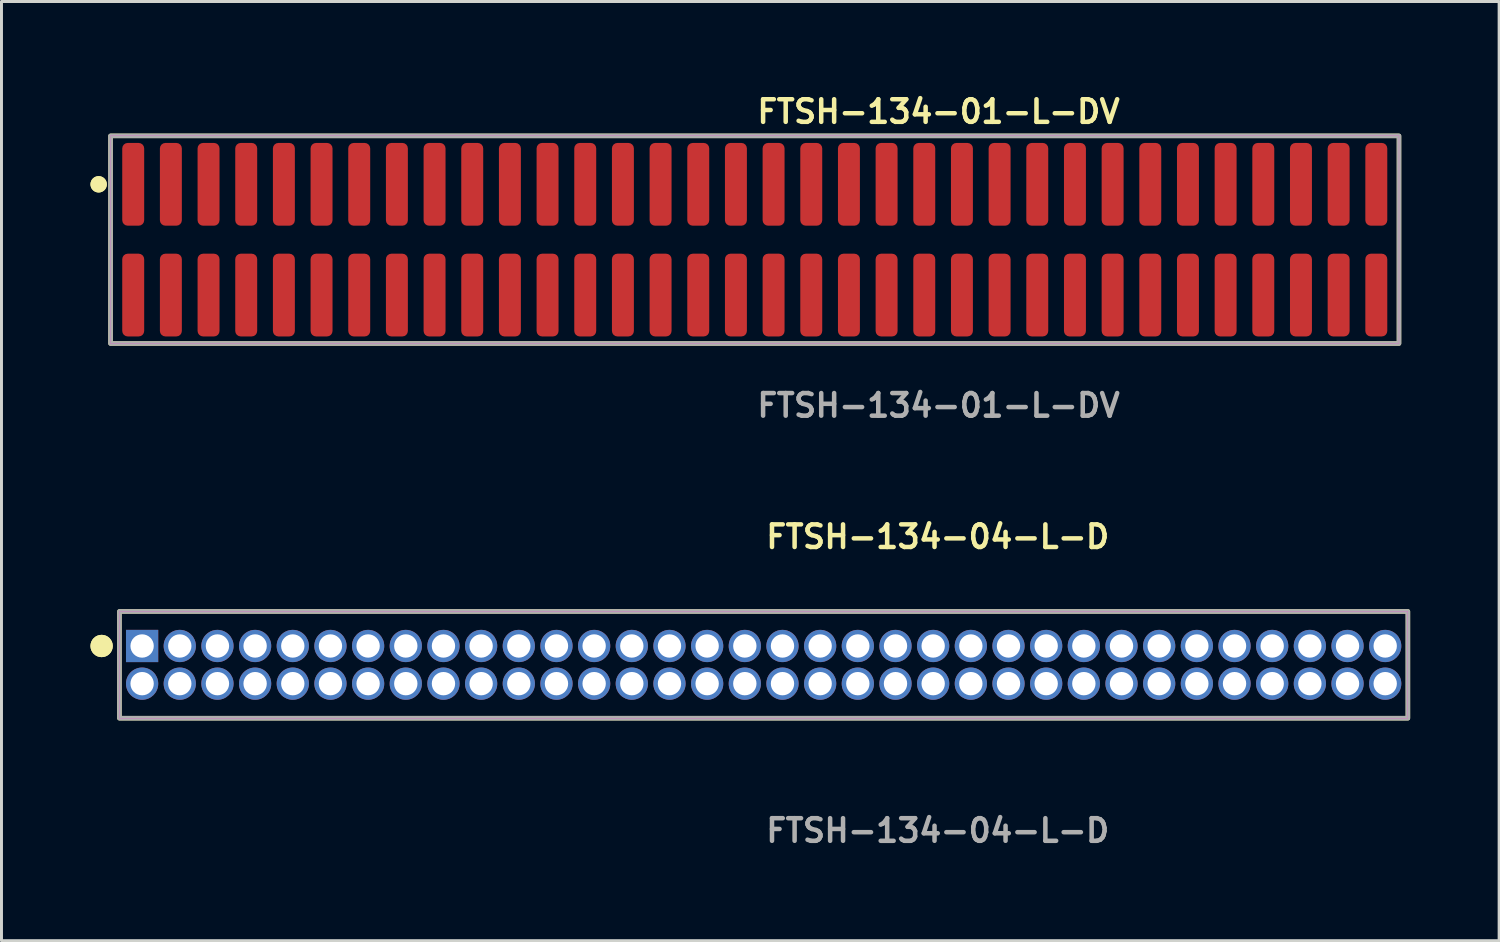
<source format=kicad_pcb>
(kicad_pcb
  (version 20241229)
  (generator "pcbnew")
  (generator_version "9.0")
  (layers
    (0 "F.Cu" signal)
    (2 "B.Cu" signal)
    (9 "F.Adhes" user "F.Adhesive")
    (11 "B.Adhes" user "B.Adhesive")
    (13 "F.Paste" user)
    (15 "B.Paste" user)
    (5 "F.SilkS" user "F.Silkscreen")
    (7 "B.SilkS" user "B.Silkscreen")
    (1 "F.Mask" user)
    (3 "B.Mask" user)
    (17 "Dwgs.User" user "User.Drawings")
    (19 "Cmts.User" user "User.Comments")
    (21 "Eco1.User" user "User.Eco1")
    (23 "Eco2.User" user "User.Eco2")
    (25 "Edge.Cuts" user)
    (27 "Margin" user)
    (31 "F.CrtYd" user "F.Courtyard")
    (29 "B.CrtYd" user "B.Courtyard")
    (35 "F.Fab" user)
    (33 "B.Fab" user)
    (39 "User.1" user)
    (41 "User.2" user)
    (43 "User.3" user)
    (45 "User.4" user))
  (footprint "FTSH-134-04-L-D"
    (layer "F.Cu")
    (at 22.696 19.364)
    (property "Reference" "FTSH-134-04-L-D" (at 0 -4.318 0) (unlocked yes) (layer "F.SilkS") (effects (font (size 0.762 0.762) (thickness 0.152)) (justify left)))
    (fp_rect (start -21.72 1.8) (end 21.72 -1.8) (stroke (width 0.152) (type solid)) (fill no) (layer "F.SilkS"))
    (fp_circle (center -22.32 -0.635) (end -22.62 -0.635) (stroke (width 0.152) (type solid)) (fill yes) (layer "F.SilkS"))
    (fp_circle (center -22.32 -0.635) (end -22.62 -0.635) (stroke (width 0.152) (type solid)) (fill yes) (layer "F.SilkS"))
    (fp_rect (start -21.72 1.8) (end 21.72 -1.8) (stroke (width 0.006) (type solid)) (fill no) (layer "F.CrtYd"))
    (fp_rect (start -21.72 1.8) (end 21.72 -1.8) (stroke (width 0.152) (type solid)) (fill no) (layer "F.Fab"))
    (fp_text user "${REFERENCE}" (at 0 5.588 0) (unlocked yes) (layer "F.Fab") (effects (font (size 0.762 0.762) (thickness 0.152)) (justify left)))
    (pad "1" thru_hole rect (at -20.955 -0.635) (size 1.087 1.087) (drill 0.787) (layers "*.Cu" "*.Mask"))
    (pad "2" thru_hole circle (at -20.955 0.635) (size 1.087 1.087) (drill 0.787) (layers "*.Cu" "*.Mask"))
    (pad "3" thru_hole circle (at -19.685 -0.635) (size 1.087 1.087) (drill 0.787) (layers "*.Cu" "*.Mask"))
    (pad "4" thru_hole circle (at -19.685 0.635) (size 1.087 1.087) (drill 0.787) (layers "*.Cu" "*.Mask"))
    (pad "5" thru_hole circle (at -18.415 -0.635) (size 1.087 1.087) (drill 0.787) (layers "*.Cu" "*.Mask"))
    (pad "6" thru_hole circle (at -18.415 0.635) (size 1.087 1.087) (drill 0.787) (layers "*.Cu" "*.Mask"))
    (pad "7" thru_hole circle (at -17.145 -0.635) (size 1.087 1.087) (drill 0.787) (layers "*.Cu" "*.Mask"))
    (pad "8" thru_hole circle (at -17.145 0.635) (size 1.087 1.087) (drill 0.787) (layers "*.Cu" "*.Mask"))
    (pad "9" thru_hole circle (at -15.875 -0.635) (size 1.087 1.087) (drill 0.787) (layers "*.Cu" "*.Mask"))
    (pad "10" thru_hole circle (at -15.875 0.635) (size 1.087 1.087) (drill 0.787) (layers "*.Cu" "*.Mask"))
    (pad "11" thru_hole circle (at -14.605 -0.635) (size 1.087 1.087) (drill 0.787) (layers "*.Cu" "*.Mask"))
    (pad "12" thru_hole circle (at -14.605 0.635) (size 1.087 1.087) (drill 0.787) (layers "*.Cu" "*.Mask"))
    (pad "13" thru_hole circle (at -13.335 -0.635) (size 1.087 1.087) (drill 0.787) (layers "*.Cu" "*.Mask"))
    (pad "14" thru_hole circle (at -13.335 0.635) (size 1.087 1.087) (drill 0.787) (layers "*.Cu" "*.Mask"))
    (pad "15" thru_hole circle (at -12.065 -0.635) (size 1.087 1.087) (drill 0.787) (layers "*.Cu" "*.Mask"))
    (pad "16" thru_hole circle (at -12.065 0.635) (size 1.087 1.087) (drill 0.787) (layers "*.Cu" "*.Mask"))
    (pad "17" thru_hole circle (at -10.795 -0.635) (size 1.087 1.087) (drill 0.787) (layers "*.Cu" "*.Mask"))
    (pad "18" thru_hole circle (at -10.795 0.635) (size 1.087 1.087) (drill 0.787) (layers "*.Cu" "*.Mask"))
    (pad "19" thru_hole circle (at -9.525 -0.635) (size 1.087 1.087) (drill 0.787) (layers "*.Cu" "*.Mask"))
    (pad "20" thru_hole circle (at -9.525 0.635) (size 1.087 1.087) (drill 0.787) (layers "*.Cu" "*.Mask"))
    (pad "21" thru_hole circle (at -8.255 -0.635) (size 1.087 1.087) (drill 0.787) (layers "*.Cu" "*.Mask"))
    (pad "22" thru_hole circle (at -8.255 0.635) (size 1.087 1.087) (drill 0.787) (layers "*.Cu" "*.Mask"))
    (pad "23" thru_hole circle (at -6.985 -0.635) (size 1.087 1.087) (drill 0.787) (layers "*.Cu" "*.Mask"))
    (pad "24" thru_hole circle (at -6.985 0.635) (size 1.087 1.087) (drill 0.787) (layers "*.Cu" "*.Mask"))
    (pad "25" thru_hole circle (at -5.715 -0.635) (size 1.087 1.087) (drill 0.787) (layers "*.Cu" "*.Mask"))
    (pad "26" thru_hole circle (at -5.715 0.635) (size 1.087 1.087) (drill 0.787) (layers "*.Cu" "*.Mask"))
    (pad "27" thru_hole circle (at -4.445 -0.635) (size 1.087 1.087) (drill 0.787) (layers "*.Cu" "*.Mask"))
    (pad "28" thru_hole circle (at -4.445 0.635) (size 1.087 1.087) (drill 0.787) (layers "*.Cu" "*.Mask"))
    (pad "29" thru_hole circle (at -3.175 -0.635) (size 1.087 1.087) (drill 0.787) (layers "*.Cu" "*.Mask"))
    (pad "30" thru_hole circle (at -3.175 0.635) (size 1.087 1.087) (drill 0.787) (layers "*.Cu" "*.Mask"))
    (pad "31" thru_hole circle (at -1.905 -0.635) (size 1.087 1.087) (drill 0.787) (layers "*.Cu" "*.Mask"))
    (pad "32" thru_hole circle (at -1.905 0.635) (size 1.087 1.087) (drill 0.787) (layers "*.Cu" "*.Mask"))
    (pad "33" thru_hole circle (at -0.635 -0.635) (size 1.087 1.087) (drill 0.787) (layers "*.Cu" "*.Mask"))
    (pad "34" thru_hole circle (at -0.635 0.635) (size 1.087 1.087) (drill 0.787) (layers "*.Cu" "*.Mask"))
    (pad "35" thru_hole circle (at 0.635 -0.635) (size 1.087 1.087) (drill 0.787) (layers "*.Cu" "*.Mask"))
    (pad "36" thru_hole circle (at 0.635 0.635) (size 1.087 1.087) (drill 0.787) (layers "*.Cu" "*.Mask"))
    (pad "37" thru_hole circle (at 1.905 -0.635) (size 1.087 1.087) (drill 0.787) (layers "*.Cu" "*.Mask"))
    (pad "38" thru_hole circle (at 1.905 0.635) (size 1.087 1.087) (drill 0.787) (layers "*.Cu" "*.Mask"))
    (pad "39" thru_hole circle (at 3.175 -0.635) (size 1.087 1.087) (drill 0.787) (layers "*.Cu" "*.Mask"))
    (pad "40" thru_hole circle (at 3.175 0.635) (size 1.087 1.087) (drill 0.787) (layers "*.Cu" "*.Mask"))
    (pad "41" thru_hole circle (at 4.445 -0.635) (size 1.087 1.087) (drill 0.787) (layers "*.Cu" "*.Mask"))
    (pad "42" thru_hole circle (at 4.445 0.635) (size 1.087 1.087) (drill 0.787) (layers "*.Cu" "*.Mask"))
    (pad "43" thru_hole circle (at 5.715 -0.635) (size 1.087 1.087) (drill 0.787) (layers "*.Cu" "*.Mask"))
    (pad "44" thru_hole circle (at 5.715 0.635) (size 1.087 1.087) (drill 0.787) (layers "*.Cu" "*.Mask"))
    (pad "45" thru_hole circle (at 6.985 -0.635) (size 1.087 1.087) (drill 0.787) (layers "*.Cu" "*.Mask"))
    (pad "46" thru_hole circle (at 6.985 0.635) (size 1.087 1.087) (drill 0.787) (layers "*.Cu" "*.Mask"))
    (pad "47" thru_hole circle (at 8.255 -0.635) (size 1.087 1.087) (drill 0.787) (layers "*.Cu" "*.Mask"))
    (pad "48" thru_hole circle (at 8.255 0.635) (size 1.087 1.087) (drill 0.787) (layers "*.Cu" "*.Mask"))
    (pad "49" thru_hole circle (at 9.525 -0.635) (size 1.087 1.087) (drill 0.787) (layers "*.Cu" "*.Mask"))
    (pad "50" thru_hole circle (at 9.525 0.635) (size 1.087 1.087) (drill 0.787) (layers "*.Cu" "*.Mask"))
    (pad "51" thru_hole circle (at 10.795 -0.635) (size 1.087 1.087) (drill 0.787) (layers "*.Cu" "*.Mask"))
    (pad "52" thru_hole circle (at 10.795 0.635) (size 1.087 1.087) (drill 0.787) (layers "*.Cu" "*.Mask"))
    (pad "53" thru_hole circle (at 12.065 -0.635) (size 1.087 1.087) (drill 0.787) (layers "*.Cu" "*.Mask"))
    (pad "54" thru_hole circle (at 12.065 0.635) (size 1.087 1.087) (drill 0.787) (layers "*.Cu" "*.Mask"))
    (pad "55" thru_hole circle (at 13.335 -0.635) (size 1.087 1.087) (drill 0.787) (layers "*.Cu" "*.Mask"))
    (pad "56" thru_hole circle (at 13.335 0.635) (size 1.087 1.087) (drill 0.787) (layers "*.Cu" "*.Mask"))
    (pad "57" thru_hole circle (at 14.605 -0.635) (size 1.087 1.087) (drill 0.787) (layers "*.Cu" "*.Mask"))
    (pad "58" thru_hole circle (at 14.605 0.635) (size 1.087 1.087) (drill 0.787) (layers "*.Cu" "*.Mask"))
    (pad "59" thru_hole circle (at 15.875 -0.635) (size 1.087 1.087) (drill 0.787) (layers "*.Cu" "*.Mask"))
    (pad "60" thru_hole circle (at 15.875 0.635) (size 1.087 1.087) (drill 0.787) (layers "*.Cu" "*.Mask"))
    (pad "61" thru_hole circle (at 17.145 -0.635) (size 1.087 1.087) (drill 0.787) (layers "*.Cu" "*.Mask"))
    (pad "62" thru_hole circle (at 17.145 0.635) (size 1.087 1.087) (drill 0.787) (layers "*.Cu" "*.Mask"))
    (pad "63" thru_hole circle (at 18.415 -0.635) (size 1.087 1.087) (drill 0.787) (layers "*.Cu" "*.Mask"))
    (pad "64" thru_hole circle (at 18.415 0.635) (size 1.087 1.087) (drill 0.787) (layers "*.Cu" "*.Mask"))
    (pad "65" thru_hole circle (at 19.685 -0.635) (size 1.087 1.087) (drill 0.787) (layers "*.Cu" "*.Mask"))
    (pad "66" thru_hole circle (at 19.685 0.635) (size 1.087 1.087) (drill 0.787) (layers "*.Cu" "*.Mask"))
    (pad "67" thru_hole circle (at 20.955 -0.635) (size 1.087 1.087) (drill 0.787) (layers "*.Cu" "*.Mask"))
    (pad "68" thru_hole circle (at 20.955 0.635) (size 1.087 1.087) (drill 0.787) (layers "*.Cu" "*.Mask")))
  (footprint "FTSH-134-01-L-DV"
    (layer "F.Cu")
    (at 22.396 5.031)
    (property "Reference" "FTSH-134-01-L-DV" (at 0 -4.318 0) (unlocked yes) (layer "F.SilkS") (effects (font (size 0.762 0.762) (thickness 0.152)) (justify left)))
    (fp_rect (start -21.72 3.5) (end 21.72 -3.5) (stroke (width 0.152) (type solid)) (fill no) (layer "F.SilkS"))
    (fp_circle (center -22.12 -1.867) (end -22.32 -1.867) (stroke (width 0.152) (type solid)) (fill yes) (layer "F.SilkS"))
    (fp_circle (center -22.12 -1.867) (end -22.32 -1.867) (stroke (width 0.152) (type solid)) (fill yes) (layer "F.SilkS"))
    (fp_rect (start -21.72 3.5) (end 21.72 -3.5) (stroke (width 0.006) (type solid)) (fill no) (layer "F.CrtYd"))
    (fp_rect (start -21.72 3.5) (end 21.72 -3.5) (stroke (width 0.152) (type solid)) (fill no) (layer "F.Fab"))
    (fp_text user "${REFERENCE}" (at 0 5.588 0) (unlocked yes) (layer "F.Fab") (effects (font (size 0.762 0.762) (thickness 0.152)) (justify left)))
    (pad "1" smd roundrect (at -20.955 -1.867) (size 0.74 2.79) (layers "F.Cu" "F.Paste") (roundrect_rratio 0.25))
    (pad "2" smd roundrect (at -20.955 1.867) (size 0.74 2.79) (layers "F.Cu" "F.Paste") (roundrect_rratio 0.25))
    (pad "3" smd roundrect (at -19.685 -1.867) (size 0.74 2.79) (layers "F.Cu" "F.Paste") (roundrect_rratio 0.25))
    (pad "4" smd roundrect (at -19.685 1.867) (size 0.74 2.79) (layers "F.Cu" "F.Paste") (roundrect_rratio 0.25))
    (pad "5" smd roundrect (at -18.415 -1.867) (size 0.74 2.79) (layers "F.Cu" "F.Paste") (roundrect_rratio 0.25))
    (pad "6" smd roundrect (at -18.415 1.867) (size 0.74 2.79) (layers "F.Cu" "F.Paste") (roundrect_rratio 0.25))
    (pad "7" smd roundrect (at -17.145 -1.867) (size 0.74 2.79) (layers "F.Cu" "F.Paste") (roundrect_rratio 0.25))
    (pad "8" smd roundrect (at -17.145 1.867) (size 0.74 2.79) (layers "F.Cu" "F.Paste") (roundrect_rratio 0.25))
    (pad "9" smd roundrect (at -15.875 -1.867) (size 0.74 2.79) (layers "F.Cu" "F.Paste") (roundrect_rratio 0.25))
    (pad "10" smd roundrect (at -15.875 1.867) (size 0.74 2.79) (layers "F.Cu" "F.Paste") (roundrect_rratio 0.25))
    (pad "11" smd roundrect (at -14.605 -1.867) (size 0.74 2.79) (layers "F.Cu" "F.Paste") (roundrect_rratio 0.25))
    (pad "12" smd roundrect (at -14.605 1.867) (size 0.74 2.79) (layers "F.Cu" "F.Paste") (roundrect_rratio 0.25))
    (pad "13" smd roundrect (at -13.335 -1.867) (size 0.74 2.79) (layers "F.Cu" "F.Paste") (roundrect_rratio 0.25))
    (pad "14" smd roundrect (at -13.335 1.867) (size 0.74 2.79) (layers "F.Cu" "F.Paste") (roundrect_rratio 0.25))
    (pad "15" smd roundrect (at -12.065 -1.867) (size 0.74 2.79) (layers "F.Cu" "F.Paste") (roundrect_rratio 0.25))
    (pad "16" smd roundrect (at -12.065 1.867) (size 0.74 2.79) (layers "F.Cu" "F.Paste") (roundrect_rratio 0.25))
    (pad "17" smd roundrect (at -10.795 -1.867) (size 0.74 2.79) (layers "F.Cu" "F.Paste") (roundrect_rratio 0.25))
    (pad "18" smd roundrect (at -10.795 1.867) (size 0.74 2.79) (layers "F.Cu" "F.Paste") (roundrect_rratio 0.25))
    (pad "19" smd roundrect (at -9.525 -1.867) (size 0.74 2.79) (layers "F.Cu" "F.Paste") (roundrect_rratio 0.25))
    (pad "20" smd roundrect (at -9.525 1.867) (size 0.74 2.79) (layers "F.Cu" "F.Paste") (roundrect_rratio 0.25))
    (pad "21" smd roundrect (at -8.255 -1.867) (size 0.74 2.79) (layers "F.Cu" "F.Paste") (roundrect_rratio 0.25))
    (pad "22" smd roundrect (at -8.255 1.867) (size 0.74 2.79) (layers "F.Cu" "F.Paste") (roundrect_rratio 0.25))
    (pad "23" smd roundrect (at -6.985 -1.867) (size 0.74 2.79) (layers "F.Cu" "F.Paste") (roundrect_rratio 0.25))
    (pad "24" smd roundrect (at -6.985 1.867) (size 0.74 2.79) (layers "F.Cu" "F.Paste") (roundrect_rratio 0.25))
    (pad "25" smd roundrect (at -5.715 -1.867) (size 0.74 2.79) (layers "F.Cu" "F.Paste") (roundrect_rratio 0.25))
    (pad "26" smd roundrect (at -5.715 1.867) (size 0.74 2.79) (layers "F.Cu" "F.Paste") (roundrect_rratio 0.25))
    (pad "27" smd roundrect (at -4.445 -1.867) (size 0.74 2.79) (layers "F.Cu" "F.Paste") (roundrect_rratio 0.25))
    (pad "28" smd roundrect (at -4.445 1.867) (size 0.74 2.79) (layers "F.Cu" "F.Paste") (roundrect_rratio 0.25))
    (pad "29" smd roundrect (at -3.175 -1.867) (size 0.74 2.79) (layers "F.Cu" "F.Paste") (roundrect_rratio 0.25))
    (pad "30" smd roundrect (at -3.175 1.867) (size 0.74 2.79) (layers "F.Cu" "F.Paste") (roundrect_rratio 0.25))
    (pad "31" smd roundrect (at -1.905 -1.867) (size 0.74 2.79) (layers "F.Cu" "F.Paste") (roundrect_rratio 0.25))
    (pad "32" smd roundrect (at -1.905 1.867) (size 0.74 2.79) (layers "F.Cu" "F.Paste") (roundrect_rratio 0.25))
    (pad "33" smd roundrect (at -0.635 -1.867) (size 0.74 2.79) (layers "F.Cu" "F.Paste") (roundrect_rratio 0.25))
    (pad "34" smd roundrect (at -0.635 1.867) (size 0.74 2.79) (layers "F.Cu" "F.Paste") (roundrect_rratio 0.25))
    (pad "35" smd roundrect (at 0.635 -1.867) (size 0.74 2.79) (layers "F.Cu" "F.Paste") (roundrect_rratio 0.25))
    (pad "36" smd roundrect (at 0.635 1.867) (size 0.74 2.79) (layers "F.Cu" "F.Paste") (roundrect_rratio 0.25))
    (pad "37" smd roundrect (at 1.905 -1.867) (size 0.74 2.79) (layers "F.Cu" "F.Paste") (roundrect_rratio 0.25))
    (pad "38" smd roundrect (at 1.905 1.867) (size 0.74 2.79) (layers "F.Cu" "F.Paste") (roundrect_rratio 0.25))
    (pad "39" smd roundrect (at 3.175 -1.867) (size 0.74 2.79) (layers "F.Cu" "F.Paste") (roundrect_rratio 0.25))
    (pad "40" smd roundrect (at 3.175 1.867) (size 0.74 2.79) (layers "F.Cu" "F.Paste") (roundrect_rratio 0.25))
    (pad "41" smd roundrect (at 4.445 -1.867) (size 0.74 2.79) (layers "F.Cu" "F.Paste") (roundrect_rratio 0.25))
    (pad "42" smd roundrect (at 4.445 1.867) (size 0.74 2.79) (layers "F.Cu" "F.Paste") (roundrect_rratio 0.25))
    (pad "43" smd roundrect (at 5.715 -1.867) (size 0.74 2.79) (layers "F.Cu" "F.Paste") (roundrect_rratio 0.25))
    (pad "44" smd roundrect (at 5.715 1.867) (size 0.74 2.79) (layers "F.Cu" "F.Paste") (roundrect_rratio 0.25))
    (pad "45" smd roundrect (at 6.985 -1.867) (size 0.74 2.79) (layers "F.Cu" "F.Paste") (roundrect_rratio 0.25))
    (pad "46" smd roundrect (at 6.985 1.867) (size 0.74 2.79) (layers "F.Cu" "F.Paste") (roundrect_rratio 0.25))
    (pad "47" smd roundrect (at 8.255 -1.867) (size 0.74 2.79) (layers "F.Cu" "F.Paste") (roundrect_rratio 0.25))
    (pad "48" smd roundrect (at 8.255 1.867) (size 0.74 2.79) (layers "F.Cu" "F.Paste") (roundrect_rratio 0.25))
    (pad "49" smd roundrect (at 9.525 -1.867) (size 0.74 2.79) (layers "F.Cu" "F.Paste") (roundrect_rratio 0.25))
    (pad "50" smd roundrect (at 9.525 1.867) (size 0.74 2.79) (layers "F.Cu" "F.Paste") (roundrect_rratio 0.25))
    (pad "51" smd roundrect (at 10.795 -1.867) (size 0.74 2.79) (layers "F.Cu" "F.Paste") (roundrect_rratio 0.25))
    (pad "52" smd roundrect (at 10.795 1.867) (size 0.74 2.79) (layers "F.Cu" "F.Paste") (roundrect_rratio 0.25))
    (pad "53" smd roundrect (at 12.065 -1.867) (size 0.74 2.79) (layers "F.Cu" "F.Paste") (roundrect_rratio 0.25))
    (pad "54" smd roundrect (at 12.065 1.867) (size 0.74 2.79) (layers "F.Cu" "F.Paste") (roundrect_rratio 0.25))
    (pad "55" smd roundrect (at 13.335 -1.867) (size 0.74 2.79) (layers "F.Cu" "F.Paste") (roundrect_rratio 0.25))
    (pad "56" smd roundrect (at 13.335 1.867) (size 0.74 2.79) (layers "F.Cu" "F.Paste") (roundrect_rratio 0.25))
    (pad "57" smd roundrect (at 14.605 -1.867) (size 0.74 2.79) (layers "F.Cu" "F.Paste") (roundrect_rratio 0.25))
    (pad "58" smd roundrect (at 14.605 1.867) (size 0.74 2.79) (layers "F.Cu" "F.Paste") (roundrect_rratio 0.25))
    (pad "59" smd roundrect (at 15.875 -1.867) (size 0.74 2.79) (layers "F.Cu" "F.Paste") (roundrect_rratio 0.25))
    (pad "60" smd roundrect (at 15.875 1.867) (size 0.74 2.79) (layers "F.Cu" "F.Paste") (roundrect_rratio 0.25))
    (pad "61" smd roundrect (at 17.145 -1.867) (size 0.74 2.79) (layers "F.Cu" "F.Paste") (roundrect_rratio 0.25))
    (pad "62" smd roundrect (at 17.145 1.867) (size 0.74 2.79) (layers "F.Cu" "F.Paste") (roundrect_rratio 0.25))
    (pad "63" smd roundrect (at 18.415 -1.867) (size 0.74 2.79) (layers "F.Cu" "F.Paste") (roundrect_rratio 0.25))
    (pad "64" smd roundrect (at 18.415 1.867) (size 0.74 2.79) (layers "F.Cu" "F.Paste") (roundrect_rratio 0.25))
    (pad "65" smd roundrect (at 19.685 -1.867) (size 0.74 2.79) (layers "F.Cu" "F.Paste") (roundrect_rratio 0.25))
    (pad "66" smd roundrect (at 19.685 1.867) (size 0.74 2.79) (layers "F.Cu" "F.Paste") (roundrect_rratio 0.25))
    (pad "67" smd roundrect (at 20.955 -1.867) (size 0.74 2.79) (layers "F.Cu" "F.Paste") (roundrect_rratio 0.25))
    (pad "68" smd roundrect (at 20.955 1.867) (size 0.74 2.79) (layers "F.Cu" "F.Paste") (roundrect_rratio 0.25)))
  (gr_rect
    (start -3 -3)
    (end 47.492 28.665)
    (stroke (width 0.1) (type default))
    (fill no)
    (layer "Edge.Cuts")))
</source>
